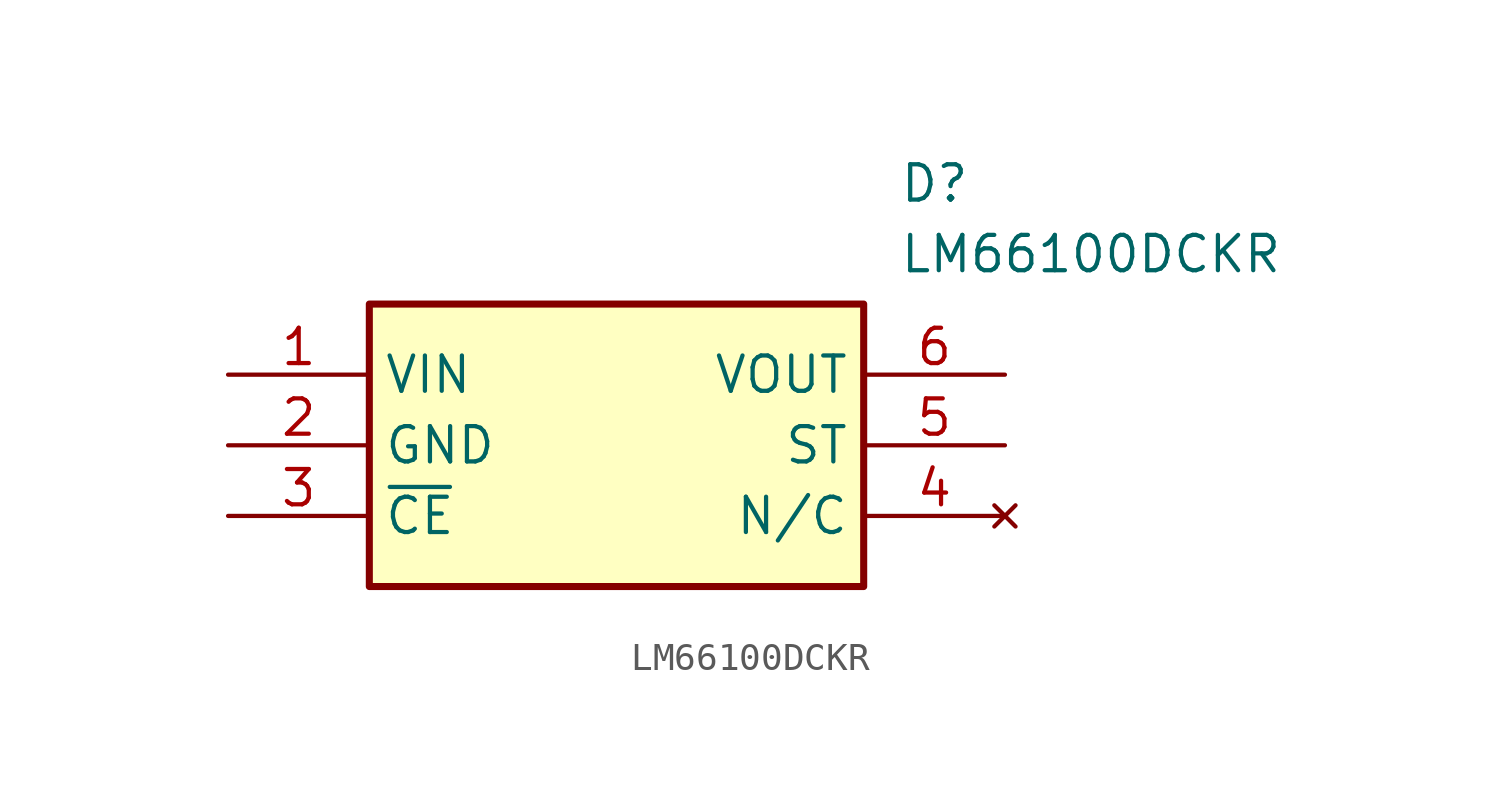
<source format=kicad_sym>
(kicad_symbol_lib
  (version 20211014)
  (generator SamacSys_ECAD_Model)
  (symbol "LM66100DCKR"
    (property "Reference" "D"
      (at 24.13 7.62 0)
      (effects (font (size 1.27 1.27)) (justify left top)))
    (property "Value" "LM66100DCKR"
      (at 24.13 5.08 0)
      (effects (font (size 1.27 1.27)) (justify left top)))
    (rectangle
      (start 5.08 2.54)
      (end 22.86 -7.62)
      (stroke (width 0.254) (type default))
      (fill (type background)))
    (pin passive line
      (at 0 0 0)
      (length 5.08)
      (name "VIN" (effects (font (size 1.27 1.27))))
      (number "1" (effects (font (size 1.27 1.27)))))
    (pin passive line
      (at 0 -2.54 0)
      (length 5.08)
      (name "GND" (effects (font (size 1.27 1.27))))
      (number "2" (effects (font (size 1.27 1.27)))))
    (pin passive line
      (at 0 -5.08 0)
      (length 5.08)
      (name "~{CE}" (effects (font (size 1.27 1.27))))
      (number "3" (effects (font (size 1.27 1.27)))))
    (pin passive line
      (at 27.94 0 180)
      (length 5.08)
      (name "VOUT" (effects (font (size 1.27 1.27))))
      (number "6" (effects (font (size 1.27 1.27)))))
    (pin passive line
      (at 27.94 -2.54 180)
      (length 5.08)
      (name "ST" (effects (font (size 1.27 1.27))))
      (number "5" (effects (font (size 1.27 1.27)))))
    (pin no_connect line
      (at 27.94 -5.08 180)
      (length 5.08)
      (name "N/C" (effects (font (size 1.27 1.27))))
      (number "4" (effects (font (size 1.27 1.27)))))))
</source>
